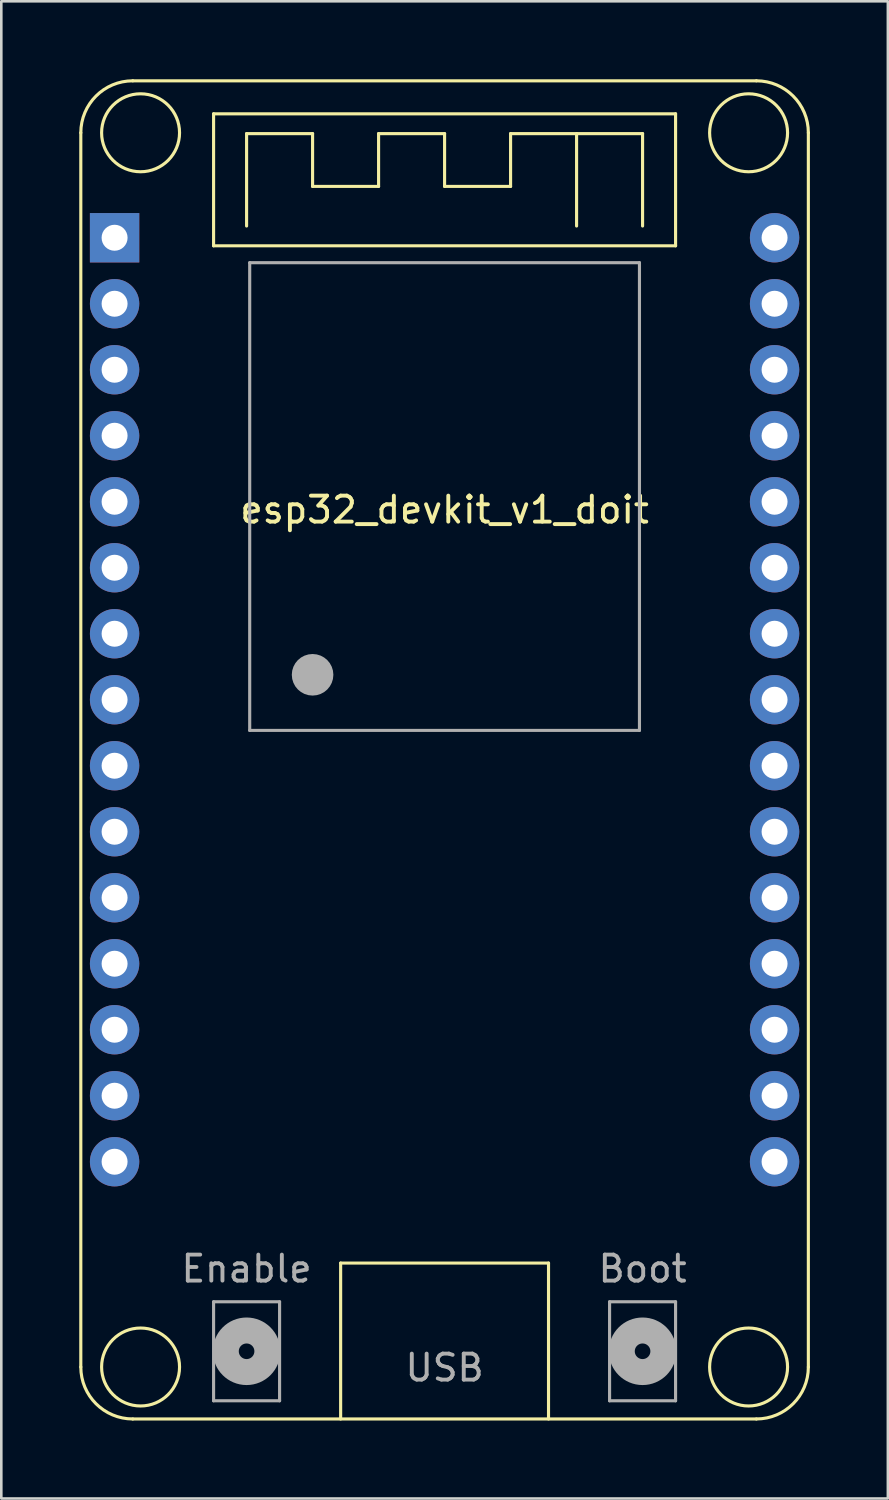
<source format=kicad_pcb>
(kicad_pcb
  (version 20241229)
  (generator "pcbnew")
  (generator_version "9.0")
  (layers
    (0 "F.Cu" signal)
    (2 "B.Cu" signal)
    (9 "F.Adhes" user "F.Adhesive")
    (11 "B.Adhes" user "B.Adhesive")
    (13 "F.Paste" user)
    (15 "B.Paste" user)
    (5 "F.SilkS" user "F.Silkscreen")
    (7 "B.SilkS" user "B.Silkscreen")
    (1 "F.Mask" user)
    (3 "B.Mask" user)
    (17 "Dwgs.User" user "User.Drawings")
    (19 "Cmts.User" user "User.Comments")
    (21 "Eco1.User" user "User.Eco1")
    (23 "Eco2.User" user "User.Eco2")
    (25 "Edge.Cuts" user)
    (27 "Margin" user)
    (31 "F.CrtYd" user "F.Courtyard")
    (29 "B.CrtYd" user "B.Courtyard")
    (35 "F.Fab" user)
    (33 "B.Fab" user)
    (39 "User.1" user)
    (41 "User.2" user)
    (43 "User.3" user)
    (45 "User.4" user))
  (footprint "esp32_devkit_v1_doit"
    (layer "F.Cu")
    (at 14.06 6.1)
    (property "Reference" "esp32_devkit_v1_doit" (at 0 10.47 0) (layer "F.SilkS") (effects (font (size 1 1) (thickness 0.15))))
    (attr smd)
    (fp_line (start -14 -4.04) (end -14 43.46) (stroke (width 0.12) (type solid)) (layer "F.SilkS"))
    (fp_line (start -12 -6.04) (end 12 -6.04) (stroke (width 0.12) (type solid)) (layer "F.SilkS"))
    (fp_line (start -12 45.46) (end 12 45.46) (stroke (width 0.12) (type solid)) (layer "F.SilkS"))
    (fp_line (start -8.89 -4.77) (end 8.89 -4.77) (stroke (width 0.12) (type solid)) (layer "F.SilkS"))
    (fp_line (start -8.89 0.31) (end -8.89 -4.77) (stroke (width 0.12) (type solid)) (layer "F.SilkS"))
    (fp_line (start -7.62 -4.008) (end -5.08 -4.008) (stroke (width 0.12) (type solid)) (layer "F.SilkS"))
    (fp_line (start -7.62 -0.452) (end -7.62 -4.008) (stroke (width 0.12) (type solid)) (layer "F.SilkS"))
    (fp_line (start -5.08 -4.008) (end -5.08 -1.976) (stroke (width 0.12) (type solid)) (layer "F.SilkS"))
    (fp_line (start -5.08 -1.976) (end -2.54 -1.976) (stroke (width 0.12) (type solid)) (layer "F.SilkS"))
    (fp_line (start -4 39.46) (end -4 45.46) (stroke (width 0.12) (type solid)) (layer "F.SilkS"))
    (fp_line (start -4 39.46) (end 4 39.46) (stroke (width 0.12) (type solid)) (layer "F.SilkS"))
    (fp_line (start -2.54 -4.008) (end 0 -4.008) (stroke (width 0.12) (type solid)) (layer "F.SilkS"))
    (fp_line (start -2.54 -1.976) (end -2.54 -4.008) (stroke (width 0.12) (type solid)) (layer "F.SilkS"))
    (fp_line (start 0 -4.008) (end 0 -1.976) (stroke (width 0.12) (type solid)) (layer "F.SilkS"))
    (fp_line (start 0 -1.976) (end 2.54 -1.976) (stroke (width 0.12) (type solid)) (layer "F.SilkS"))
    (fp_line (start 2.54 -4.008) (end 7.62 -4.008) (stroke (width 0.12) (type solid)) (layer "F.SilkS"))
    (fp_line (start 2.54 -1.976) (end 2.54 -4.008) (stroke (width 0.12) (type solid)) (layer "F.SilkS"))
    (fp_line (start 4 39.46) (end 4 45.46) (stroke (width 0.12) (type solid)) (layer "F.SilkS"))
    (fp_line (start 5.08 -4.008) (end 5.08 -0.452) (stroke (width 0.12) (type solid)) (layer "F.SilkS"))
    (fp_line (start 7.62 -4.008) (end 7.62 -0.452) (stroke (width 0.12) (type solid)) (layer "F.SilkS"))
    (fp_line (start 8.89 -4.77) (end 8.89 0.31) (stroke (width 0.12) (type solid)) (layer "F.SilkS"))
    (fp_line (start 8.89 0.31) (end -8.89 0.31) (stroke (width 0.12) (type solid)) (layer "F.SilkS"))
    (fp_line (start 14 43.46) (end 14 -4.04) (stroke (width 0.12) (type solid)) (layer "F.SilkS"))
    (fp_arc (start -14 -4.04) (mid -13.414214 -5.454214) (end -12 -6.04) (stroke (width 0.12) (type solid)) (layer "F.SilkS"))
    (fp_arc (start -12 45.46) (mid -13.414214 44.874214) (end -14 43.46) (stroke (width 0.12) (type solid)) (layer "F.SilkS"))
    (fp_arc (start 12 -6.04) (mid 13.414214 -5.454214) (end 14 -4.04) (stroke (width 0.12) (type solid)) (layer "F.SilkS"))
    (fp_arc (start 14 43.46) (mid 13.414214 44.874214) (end 12 45.46) (stroke (width 0.12) (type solid)) (layer "F.SilkS"))
    (fp_circle (center -11.7 -4.04) (end -10.2 -4.04) (stroke (width 0.12) (type solid)) (fill no) (layer "F.SilkS"))
    (fp_circle (center -11.7 43.46) (end -10.2 43.46) (stroke (width 0.12) (type solid)) (fill no) (layer "F.SilkS"))
    (fp_circle (center 11.7 -4.04) (end 13.2 -4.04) (stroke (width 0.12) (type solid)) (fill no) (layer "F.SilkS"))
    (fp_circle (center 11.7 43.46) (end 13.2 43.46) (stroke (width 0.12) (type solid)) (fill no) (layer "F.SilkS"))
    (fp_line (start -8.89 40.95) (end -6.35 40.95) (stroke (width 0.12) (type solid)) (layer "F.Fab"))
    (fp_line (start -8.89 44.76) (end -8.89 40.95) (stroke (width 0.12) (type solid)) (layer "F.Fab"))
    (fp_line (start -7.5 0.96) (end 7.5 0.96) (stroke (width 0.12) (type solid)) (layer "F.Fab"))
    (fp_line (start -7.5 18.96) (end -7.5 0.96) (stroke (width 0.12) (type solid)) (layer "F.Fab"))
    (fp_line (start -6.35 40.95) (end -6.35 44.76) (stroke (width 0.12) (type solid)) (layer "F.Fab"))
    (fp_line (start -6.35 44.76) (end -8.89 44.76) (stroke (width 0.12) (type solid)) (layer "F.Fab"))
    (fp_line (start 6.35 40.95) (end 8.89 40.95) (stroke (width 0.12) (type solid)) (layer "F.Fab"))
    (fp_line (start 6.35 44.76) (end 6.35 40.95) (stroke (width 0.12) (type solid)) (layer "F.Fab"))
    (fp_line (start 7.5 0.96) (end 7.5 18.96) (stroke (width 0.12) (type solid)) (layer "F.Fab"))
    (fp_line (start 7.5 18.96) (end -7.5 18.96) (stroke (width 0.12) (type solid)) (layer "F.Fab"))
    (fp_line (start 8.89 40.95) (end 8.89 44.76) (stroke (width 0.12) (type solid)) (layer "F.Fab"))
    (fp_line (start 8.89 44.76) (end 6.35 44.76) (stroke (width 0.12) (type solid)) (layer "F.Fab"))
    (fp_circle (center -7.62 42.855) (end -7.32 42.855) (stroke (width 1) (type solid)) (fill no) (layer "F.Fab"))
    (fp_circle (center -5.08 16.82) (end -4.68 16.82) (stroke (width 0.8) (type solid)) (fill no) (layer "F.Fab"))
    (fp_circle (center 7.62 42.855) (end 7.92 42.855) (stroke (width 1) (type solid)) (fill no) (layer "F.Fab"))
    (fp_text user "Enable" (at -7.62 39.68 0) (layer "F.Fab") (effects (font (size 1 1) (thickness 0.15))))
    (fp_text user "USB" (at 0 43.49 0) (layer "F.Fab") (effects (font (size 1 1) (thickness 0.15))))
    (fp_text user "Boot" (at 7.62 39.68 0) (layer "F.Fab") (effects (font (size 1 1) (thickness 0.15))))
    (pad "1" thru_hole rect (at -12.7 0) (size 1.9 1.9) (drill 1) (layers "*.Cu" "*.Mask"))
    (pad "2" thru_hole circle (at -12.7 2.54) (size 1.9 1.9) (drill 1) (layers "*.Cu" "*.Mask"))
    (pad "3" thru_hole circle (at -12.7 5.08) (size 1.9 1.9) (drill 1) (layers "*.Cu" "*.Mask"))
    (pad "4" thru_hole circle (at -12.7 7.62) (size 1.9 1.9) (drill 1) (layers "*.Cu" "*.Mask"))
    (pad "5" thru_hole circle (at -12.7 10.16) (size 1.9 1.9) (drill 1) (layers "*.Cu" "*.Mask"))
    (pad "6" thru_hole circle (at -12.7 12.7) (size 1.9 1.9) (drill 1) (layers "*.Cu" "*.Mask"))
    (pad "7" thru_hole circle (at -12.7 15.24) (size 1.9 1.9) (drill 1) (layers "*.Cu" "*.Mask"))
    (pad "8" thru_hole circle (at -12.7 17.78) (size 1.9 1.9) (drill 1) (layers "*.Cu" "*.Mask"))
    (pad "9" thru_hole circle (at -12.7 20.32) (size 1.9 1.9) (drill 1) (layers "*.Cu" "*.Mask"))
    (pad "10" thru_hole circle (at -12.7 22.86) (size 1.9 1.9) (drill 1) (layers "*.Cu" "*.Mask"))
    (pad "11" thru_hole circle (at -12.7 25.4) (size 1.9 1.9) (drill 1) (layers "*.Cu" "*.Mask"))
    (pad "12" thru_hole circle (at -12.7 27.94) (size 1.9 1.9) (drill 1) (layers "*.Cu" "*.Mask"))
    (pad "13" thru_hole circle (at -12.7 30.48) (size 1.9 1.9) (drill 1) (layers "*.Cu" "*.Mask"))
    (pad "14" thru_hole circle (at -12.7 33.02) (size 1.9 1.9) (drill 1) (layers "*.Cu" "*.Mask"))
    (pad "15" thru_hole circle (at -12.7 35.56) (size 1.9 1.9) (drill 1) (layers "*.Cu" "*.Mask"))
    (pad "16" thru_hole circle (at 12.7 35.56) (size 1.9 1.9) (drill 1) (layers "*.Cu" "*.Mask"))
    (pad "17" thru_hole circle (at 12.7 33.02) (size 1.9 1.9) (drill 1) (layers "*.Cu" "*.Mask"))
    (pad "18" thru_hole circle (at 12.7 30.48) (size 1.9 1.9) (drill 1) (layers "*.Cu" "*.Mask"))
    (pad "19" thru_hole circle (at 12.7 27.94) (size 1.9 1.9) (drill 1) (layers "*.Cu" "*.Mask"))
    (pad "20" thru_hole circle (at 12.7 25.4) (size 1.9 1.9) (drill 1) (layers "*.Cu" "*.Mask"))
    (pad "21" thru_hole circle (at 12.7 22.86) (size 1.9 1.9) (drill 1) (layers "*.Cu" "*.Mask"))
    (pad "22" thru_hole circle (at 12.7 20.32) (size 1.9 1.9) (drill 1) (layers "*.Cu" "*.Mask"))
    (pad "23" thru_hole circle (at 12.7 17.78) (size 1.9 1.9) (drill 1) (layers "*.Cu" "*.Mask"))
    (pad "24" thru_hole circle (at 12.7 15.24) (size 1.9 1.9) (drill 1) (layers "*.Cu" "*.Mask"))
    (pad "25" thru_hole circle (at 12.7 12.7) (size 1.9 1.9) (drill 1) (layers "*.Cu" "*.Mask"))
    (pad "26" thru_hole circle (at 12.7 10.16) (size 1.9 1.9) (drill 1) (layers "*.Cu" "*.Mask"))
    (pad "27" thru_hole circle (at 12.7 7.62) (size 1.9 1.9) (drill 1) (layers "*.Cu" "*.Mask"))
    (pad "28" thru_hole circle (at 12.7 5.08) (size 1.9 1.9) (drill 1) (layers "*.Cu" "*.Mask"))
    (pad "29" thru_hole circle (at 12.7 2.54) (size 1.9 1.9) (drill 1) (layers "*.Cu" "*.Mask"))
    (pad "30" thru_hole circle (at 12.7 0) (size 1.9 1.9) (drill 1) (layers "*.Cu" "*.Mask")))
  (gr_rect
    (start -3 -3)
    (end 31.12 54.62)
    (stroke (width 0.1) (type default))
    (fill no)
    (layer "Edge.Cuts")))
</source>
